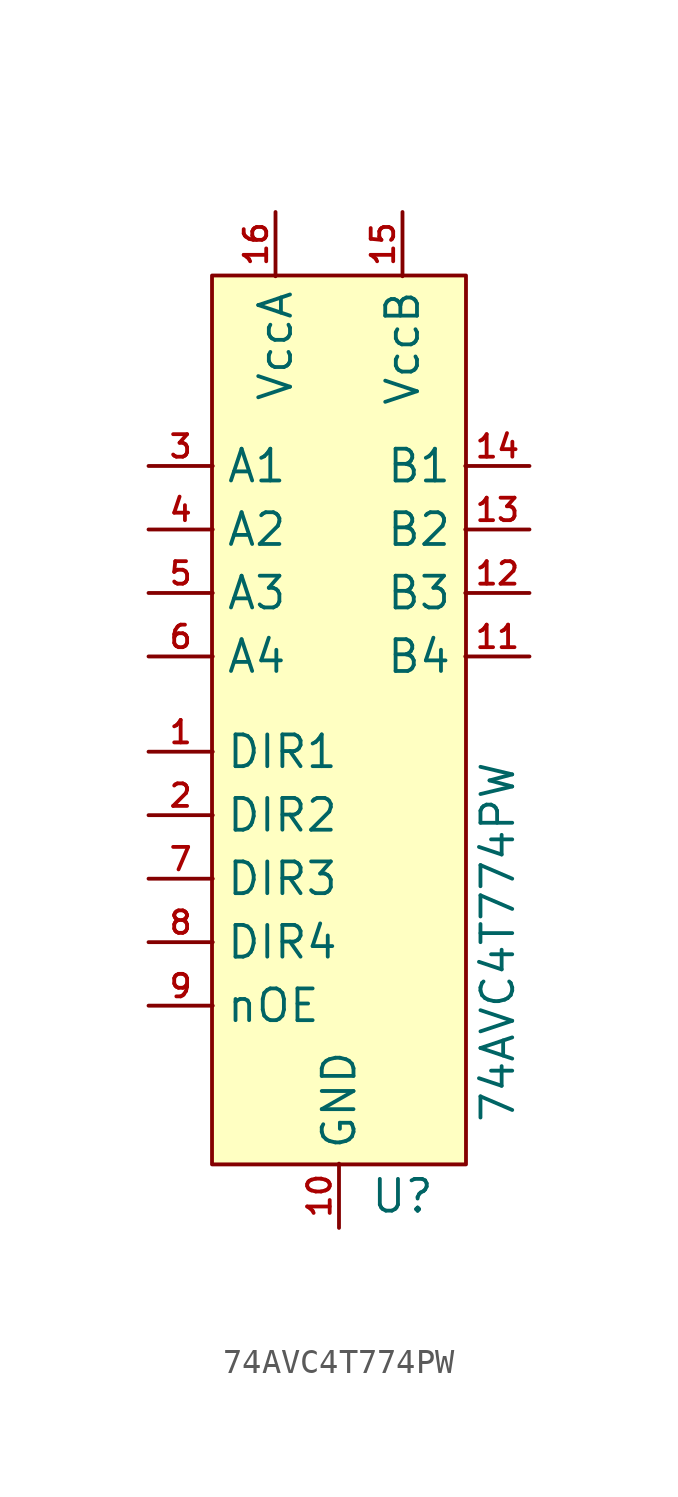
<source format=kicad_sym>
(kicad_symbol_lib
  (version 20211014)
  (generator kicad_symbol_editor)
  (symbol "74AVC4T774PW"
    (property "Reference" "U"
      (at 2.54 -19.05 0)
      (effects (font (size 1.27 1.27))))
    (property "Value" "74AVC4T774PW"
      (at 6.35 -8.89 90)
      (effects (font (size 1.27 1.27))))
    (symbol "74AVC4T774PW_0_1"
      (rectangle (start -5.08 17.78) (end 5.08 -17.78) (stroke (width 0) (type default) (color 0 0 0 0)) (fill (type background))))
    (symbol "74AVC4T774PW_1_1"
      (pin input line (at -7.62 -1.27 0) (length 2.57) (name "DIR1" (effects (font (size 1.27 1.27)))) (number "1" (effects (font (size 0.9 0.9)))))
      (pin power_in line (at 0 -20.32 90) (length 2.57) (name "GND" (effects (font (size 1.27 1.27)))) (number "10" (effects (font (size 0.9 0.9)))))
      (pin bidirectional line (at 7.62 2.54 180) (length 2.57) (name "B4" (effects (font (size 1.27 1.27)))) (number "11" (effects (font (size 0.9 0.9)))))
      (pin bidirectional line (at 7.62 5.08 180) (length 2.57) (name "B3" (effects (font (size 1.27 1.27)))) (number "12" (effects (font (size 0.9 0.9)))))
      (pin bidirectional line (at 7.62 7.62 180) (length 2.57) (name "B2" (effects (font (size 1.27 1.27)))) (number "13" (effects (font (size 0.9 0.9)))))
      (pin bidirectional line (at 7.62 10.16 180) (length 2.57) (name "B1" (effects (font (size 1.27 1.27)))) (number "14" (effects (font (size 0.9 0.9)))))
      (pin power_in line (at 2.54 20.32 270) (length 2.57) (name "VccB" (effects (font (size 1.27 1.27)))) (number "15" (effects (font (size 0.9 0.9)))))
      (pin power_in line (at -2.54 20.32 270) (length 2.57) (name "VccA" (effects (font (size 1.27 1.27)))) (number "16" (effects (font (size 0.9 0.9)))))
      (pin input line (at -7.62 -3.81 0) (length 2.57) (name "DIR2" (effects (font (size 1.27 1.27)))) (number "2" (effects (font (size 0.9 0.9)))))
      (pin bidirectional line (at -7.62 10.16 0) (length 2.57) (name "A1" (effects (font (size 1.27 1.27)))) (number "3" (effects (font (size 0.9 0.9)))))
      (pin bidirectional line (at -7.62 7.62 0) (length 2.57) (name "A2" (effects (font (size 1.27 1.27)))) (number "4" (effects (font (size 0.9 0.9)))))
      (pin bidirectional line (at -7.62 5.08 0) (length 2.57) (name "A3" (effects (font (size 1.27 1.27)))) (number "5" (effects (font (size 0.9 0.9)))))
      (pin bidirectional line (at -7.62 2.54 0) (length 2.57) (name "A4" (effects (font (size 1.27 1.27)))) (number "6" (effects (font (size 0.9 0.9)))))
      (pin input line (at -7.62 -6.35 0) (length 2.57) (name "DIR3" (effects (font (size 1.27 1.27)))) (number "7" (effects (font (size 0.9 0.9)))))
      (pin input line (at -7.62 -8.89 0) (length 2.57) (name "DIR4" (effects (font (size 1.27 1.27)))) (number "8" (effects (font (size 0.9 0.9)))))
      (pin input line (at -7.62 -11.43 0) (length 2.57) (name "nOE" (effects (font (size 1.27 1.27)))) (number "9" (effects (font (size 0.9 0.9))))))))
</source>
